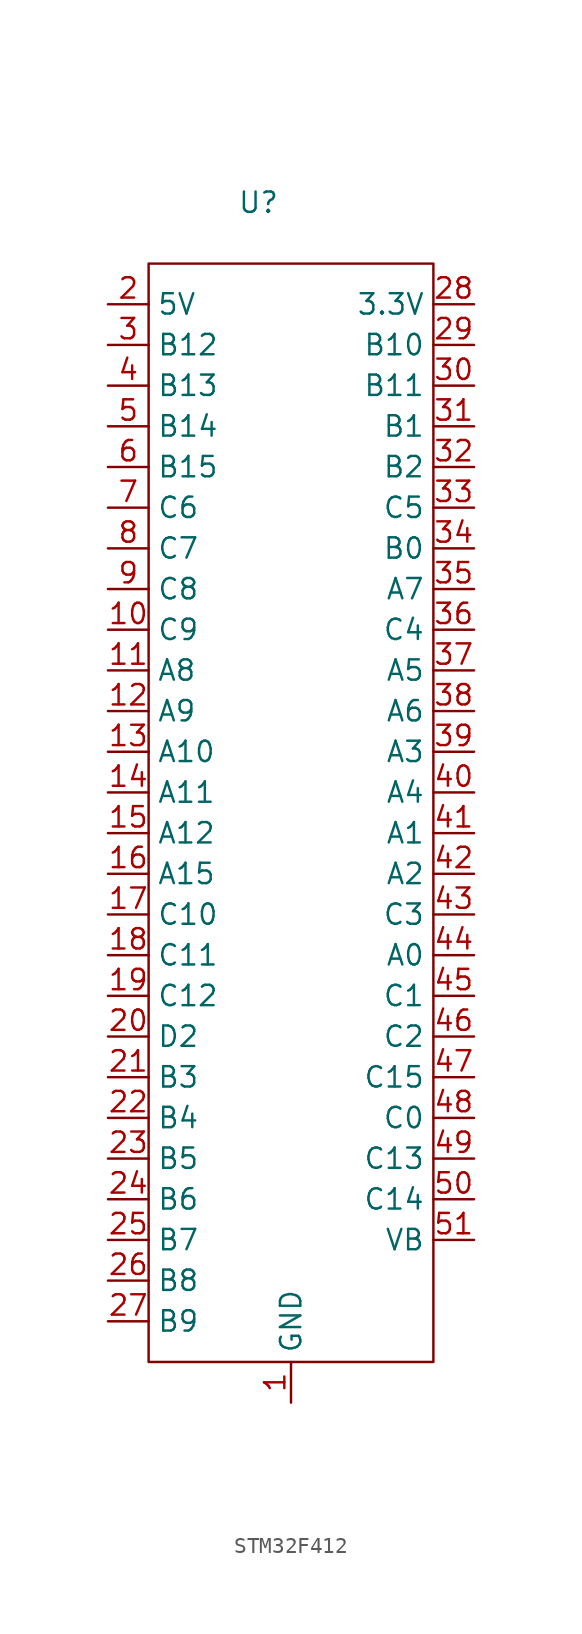
<source format=kicad_sym>
(kicad_symbol_lib
  (version 20241209)
  (generator "kicad_symbol_editor")
  (generator_version "9.0")
  (symbol "STM32F412"
    (property "Reference" "U"
      (at 6.858 3.81 0)
      (effects (font (size 1.27 1.27))))
    (property "Value" ""
      (at 0 0 0)
      (effects (font (size 1.27 1.27))))
    (symbol "STM32F412_0_1"
      (rectangle (start 0 0) (end 17.78 -68.58) (stroke (width 0) (type default)) (fill (type none))))
    (symbol "STM32F412_1_1"
      (pin input line (at -2.54 -2.54 0) (length 2.54) (name "5V" (effects (font (size 1.27 1.27)))) (number "2" (effects (font (size 1.27 1.27)))))
      (pin input line (at -2.54 -5.08 0) (length 2.54) (name "B12" (effects (font (size 1.27 1.27)))) (number "3" (effects (font (size 1.27 1.27)))))
      (pin input line (at -2.54 -7.62 0) (length 2.54) (name "B13" (effects (font (size 1.27 1.27)))) (number "4" (effects (font (size 1.27 1.27)))))
      (pin input line (at -2.54 -10.16 0) (length 2.54) (name "B14" (effects (font (size 1.27 1.27)))) (number "5" (effects (font (size 1.27 1.27)))))
      (pin input line (at -2.54 -12.7 0) (length 2.54) (name "B15" (effects (font (size 1.27 1.27)))) (number "6" (effects (font (size 1.27 1.27)))))
      (pin input line (at -2.54 -15.24 0) (length 2.54) (name "C6" (effects (font (size 1.27 1.27)))) (number "7" (effects (font (size 1.27 1.27)))))
      (pin input line (at -2.54 -17.78 0) (length 2.54) (name "C7" (effects (font (size 1.27 1.27)))) (number "8" (effects (font (size 1.27 1.27)))))
      (pin input line (at -2.54 -20.32 0) (length 2.54) (name "C8" (effects (font (size 1.27 1.27)))) (number "9" (effects (font (size 1.27 1.27)))))
      (pin input line (at -2.54 -22.86 0) (length 2.54) (name "C9" (effects (font (size 1.27 1.27)))) (number "10" (effects (font (size 1.27 1.27)))))
      (pin input line (at -2.54 -25.4 0) (length 2.54) (name "A8" (effects (font (size 1.27 1.27)))) (number "11" (effects (font (size 1.27 1.27)))))
      (pin input line (at -2.54 -27.94 0) (length 2.54) (name "A9" (effects (font (size 1.27 1.27)))) (number "12" (effects (font (size 1.27 1.27)))))
      (pin input line (at -2.54 -30.48 0) (length 2.54) (name "A10" (effects (font (size 1.27 1.27)))) (number "13" (effects (font (size 1.27 1.27)))))
      (pin input line (at -2.54 -33.02 0) (length 2.54) (name "A11" (effects (font (size 1.27 1.27)))) (number "14" (effects (font (size 1.27 1.27)))))
      (pin input line (at -2.54 -35.56 0) (length 2.54) (name "A12" (effects (font (size 1.27 1.27)))) (number "15" (effects (font (size 1.27 1.27)))))
      (pin input line (at -2.54 -38.1 0) (length 2.54) (name "A15" (effects (font (size 1.27 1.27)))) (number "16" (effects (font (size 1.27 1.27)))))
      (pin input line (at -2.54 -40.64 0) (length 2.54) (name "C10" (effects (font (size 1.27 1.27)))) (number "17" (effects (font (size 1.27 1.27)))))
      (pin input line (at -2.54 -43.18 0) (length 2.54) (name "C11" (effects (font (size 1.27 1.27)))) (number "18" (effects (font (size 1.27 1.27)))))
      (pin input line (at -2.54 -45.72 0) (length 2.54) (name "C12" (effects (font (size 1.27 1.27)))) (number "19" (effects (font (size 1.27 1.27)))))
      (pin input line (at -2.54 -48.26 0) (length 2.54) (name "D2" (effects (font (size 1.27 1.27)))) (number "20" (effects (font (size 1.27 1.27)))))
      (pin input line (at -2.54 -50.8 0) (length 2.54) (name "B3" (effects (font (size 1.27 1.27)))) (number "21" (effects (font (size 1.27 1.27)))))
      (pin input line (at -2.54 -53.34 0) (length 2.54) (name "B4" (effects (font (size 1.27 1.27)))) (number "22" (effects (font (size 1.27 1.27)))))
      (pin input line (at -2.54 -55.88 0) (length 2.54) (name "B5" (effects (font (size 1.27 1.27)))) (number "23" (effects (font (size 1.27 1.27)))))
      (pin input line (at -2.54 -58.42 0) (length 2.54) (name "B6" (effects (font (size 1.27 1.27)))) (number "24" (effects (font (size 1.27 1.27)))))
      (pin input line (at -2.54 -60.96 0) (length 2.54) (name "B7" (effects (font (size 1.27 1.27)))) (number "25" (effects (font (size 1.27 1.27)))))
      (pin input line (at -2.54 -63.5 0) (length 2.54) (name "B8" (effects (font (size 1.27 1.27)))) (number "26" (effects (font (size 1.27 1.27)))))
      (pin input line (at -2.54 -66.04 0) (length 2.54) (name "B9" (effects (font (size 1.27 1.27)))) (number "27" (effects (font (size 1.27 1.27)))))
      (pin input line (at 8.89 -71.12 90) (length 2.54) (name "GND" (effects (font (size 1.27 1.27)))) (number "1" (effects (font (size 1.27 1.27)))))
      (pin input line (at 20.32 -2.54 180) (length 2.54) (name "3.3V" (effects (font (size 1.27 1.27)))) (number "28" (effects (font (size 1.27 1.27)))))
      (pin input line (at 20.32 -5.08 180) (length 2.54) (name "B10" (effects (font (size 1.27 1.27)))) (number "29" (effects (font (size 1.27 1.27)))))
      (pin input line (at 20.32 -7.62 180) (length 2.54) (name "B11" (effects (font (size 1.27 1.27)))) (number "30" (effects (font (size 1.27 1.27)))))
      (pin input line (at 20.32 -10.16 180) (length 2.54) (name "B1" (effects (font (size 1.27 1.27)))) (number "31" (effects (font (size 1.27 1.27)))))
      (pin input line (at 20.32 -12.7 180) (length 2.54) (name "B2" (effects (font (size 1.27 1.27)))) (number "32" (effects (font (size 1.27 1.27)))))
      (pin input line (at 20.32 -15.24 180) (length 2.54) (name "C5" (effects (font (size 1.27 1.27)))) (number "33" (effects (font (size 1.27 1.27)))))
      (pin input line (at 20.32 -17.78 180) (length 2.54) (name "B0" (effects (font (size 1.27 1.27)))) (number "34" (effects (font (size 1.27 1.27)))))
      (pin input line (at 20.32 -20.32 180) (length 2.54) (name "A7" (effects (font (size 1.27 1.27)))) (number "35" (effects (font (size 1.27 1.27)))))
      (pin input line (at 20.32 -22.86 180) (length 2.54) (name "C4" (effects (font (size 1.27 1.27)))) (number "36" (effects (font (size 1.27 1.27)))))
      (pin input line (at 20.32 -25.4 180) (length 2.54) (name "A5" (effects (font (size 1.27 1.27)))) (number "37" (effects (font (size 1.27 1.27)))))
      (pin input line (at 20.32 -27.94 180) (length 2.54) (name "A6" (effects (font (size 1.27 1.27)))) (number "38" (effects (font (size 1.27 1.27)))))
      (pin input line (at 20.32 -30.48 180) (length 2.54) (name "A3" (effects (font (size 1.27 1.27)))) (number "39" (effects (font (size 1.27 1.27)))))
      (pin input line (at 20.32 -33.02 180) (length 2.54) (name "A4" (effects (font (size 1.27 1.27)))) (number "40" (effects (font (size 1.27 1.27)))))
      (pin input line (at 20.32 -35.56 180) (length 2.54) (name "A1" (effects (font (size 1.27 1.27)))) (number "41" (effects (font (size 1.27 1.27)))))
      (pin input line (at 20.32 -38.1 180) (length 2.54) (name "A2" (effects (font (size 1.27 1.27)))) (number "42" (effects (font (size 1.27 1.27)))))
      (pin input line (at 20.32 -40.64 180) (length 2.54) (name "C3" (effects (font (size 1.27 1.27)))) (number "43" (effects (font (size 1.27 1.27)))))
      (pin input line (at 20.32 -43.18 180) (length 2.54) (name "A0" (effects (font (size 1.27 1.27)))) (number "44" (effects (font (size 1.27 1.27)))))
      (pin input line (at 20.32 -45.72 180) (length 2.54) (name "C1" (effects (font (size 1.27 1.27)))) (number "45" (effects (font (size 1.27 1.27)))))
      (pin input line (at 20.32 -48.26 180) (length 2.54) (name "C2" (effects (font (size 1.27 1.27)))) (number "46" (effects (font (size 1.27 1.27)))))
      (pin input line (at 20.32 -50.8 180) (length 2.54) (name "C15" (effects (font (size 1.27 1.27)))) (number "47" (effects (font (size 1.27 1.27)))))
      (pin input line (at 20.32 -53.34 180) (length 2.54) (name "C0" (effects (font (size 1.27 1.27)))) (number "48" (effects (font (size 1.27 1.27)))))
      (pin input line (at 20.32 -55.88 180) (length 2.54) (name "C13" (effects (font (size 1.27 1.27)))) (number "49" (effects (font (size 1.27 1.27)))))
      (pin input line (at 20.32 -58.42 180) (length 2.54) (name "C14" (effects (font (size 1.27 1.27)))) (number "50" (effects (font (size 1.27 1.27)))))
      (pin input line (at 20.32 -60.96 180) (length 2.54) (name "VB" (effects (font (size 1.27 1.27)))) (number "51" (effects (font (size 1.27 1.27))))))))
</source>
